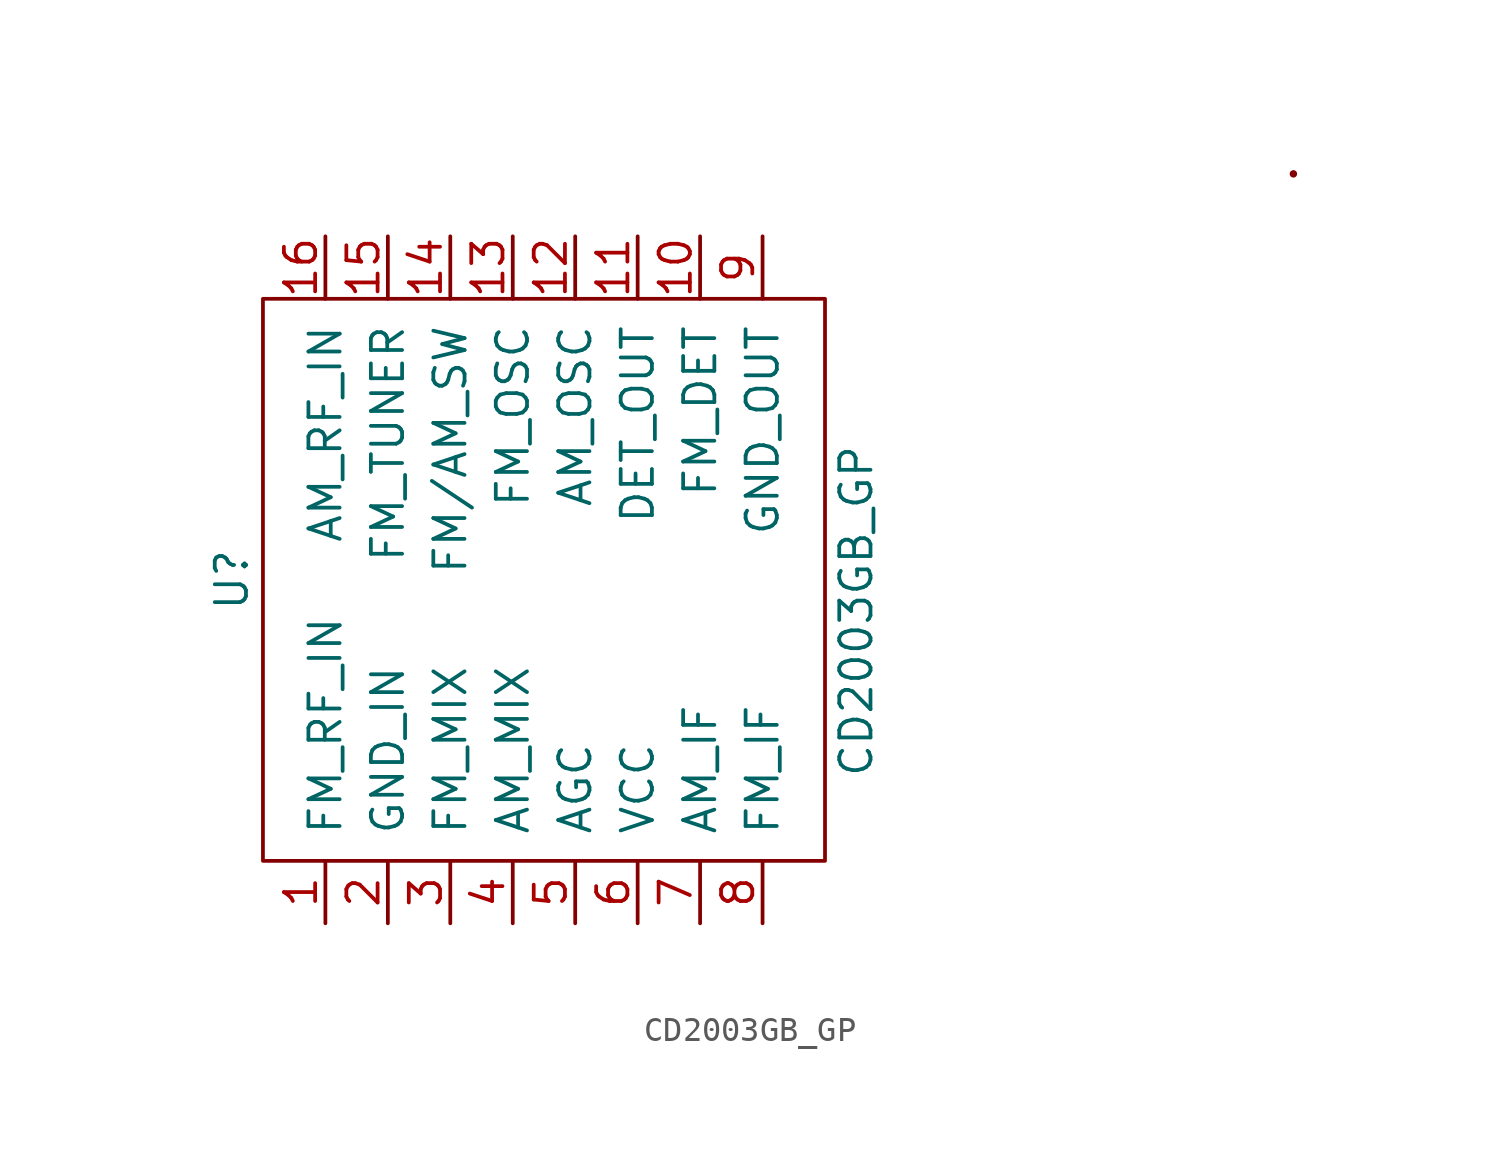
<source format=kicad_sym>
(kicad_symbol_lib
  (version 20231120)
  (generator "kicad_symbol_editor")
  (generator_version "8.0")
  (symbol "CD2003GB_GP"
    (pin_names
      (offset 1.016))
    (property "Reference" "U"
      (at -12.7 6.35 90)
      (effects (font (size 1.27 1.27))))
    (property "Value" "CD2003GB_GP"
      (at 12.7 5.08 90)
      (effects (font (size 1.27 1.27))))
    (symbol "CD2003GB_GP_0_1"
      (rectangle (start -11.43 17.78) (end 11.43 -5.08) (stroke (width 0) (type solid)) (fill (type none)))
      (circle (center 30.48 22.86) (radius 0.0001) (stroke (width 0) (type solid)) (fill (type none))))
    (symbol "CD2003GB_GP_1_1"
      (pin input line (at -8.89 -7.62 90) (length 2.54) (name "FM_RF_IN" (effects (font (size 1.27 1.27)))) (number "1" (effects (font (size 1.27 1.27)))))
      (pin input line (at 6.35 20.32 270) (length 2.54) (name "FM_DET" (effects (font (size 1.27 1.27)))) (number "10" (effects (font (size 1.27 1.27)))))
      (pin input line (at 3.81 20.32 270) (length 2.54) (name "DET_OUT" (effects (font (size 1.27 1.27)))) (number "11" (effects (font (size 1.27 1.27)))))
      (pin input line (at 1.27 20.32 270) (length 2.54) (name "AM_OSC" (effects (font (size 1.27 1.27)))) (number "12" (effects (font (size 1.27 1.27)))))
      (pin input line (at -1.27 20.32 270) (length 2.54) (name "FM_OSC" (effects (font (size 1.27 1.27)))) (number "13" (effects (font (size 1.27 1.27)))))
      (pin input line (at -3.81 20.32 270) (length 2.54) (name "FM/AM_SW" (effects (font (size 1.27 1.27)))) (number "14" (effects (font (size 1.27 1.27)))))
      (pin input line (at -6.35 20.32 270) (length 2.54) (name "FM_TUNER" (effects (font (size 1.27 1.27)))) (number "15" (effects (font (size 1.27 1.27)))))
      (pin input line (at -8.89 20.32 270) (length 2.54) (name "AM_RF_IN" (effects (font (size 1.27 1.27)))) (number "16" (effects (font (size 1.27 1.27)))))
      (pin input line (at -6.35 -7.62 90) (length 2.54) (name "GND_IN" (effects (font (size 1.27 1.27)))) (number "2" (effects (font (size 1.27 1.27)))))
      (pin input line (at -3.81 -7.62 90) (length 2.54) (name "FM_MIX" (effects (font (size 1.27 1.27)))) (number "3" (effects (font (size 1.27 1.27)))))
      (pin input line (at -1.27 -7.62 90) (length 2.54) (name "AM_MIX" (effects (font (size 1.27 1.27)))) (number "4" (effects (font (size 1.27 1.27)))))
      (pin input line (at 1.27 -7.62 90) (length 2.54) (name "AGC" (effects (font (size 1.27 1.27)))) (number "5" (effects (font (size 1.27 1.27)))))
      (pin input line (at 3.81 -7.62 90) (length 2.54) (name "VCC" (effects (font (size 1.27 1.27)))) (number "6" (effects (font (size 1.27 1.27)))))
      (pin input line (at 6.35 -7.62 90) (length 2.54) (name "AM_IF" (effects (font (size 1.27 1.27)))) (number "7" (effects (font (size 1.27 1.27)))))
      (pin input line (at 8.89 -7.62 90) (length 2.54) (name "FM_IF" (effects (font (size 1.27 1.27)))) (number "8" (effects (font (size 1.27 1.27)))))
      (pin input line (at 8.89 20.32 270) (length 2.54) (name "GND_OUT" (effects (font (size 1.27 1.27)))) (number "9" (effects (font (size 1.27 1.27))))))))
</source>
